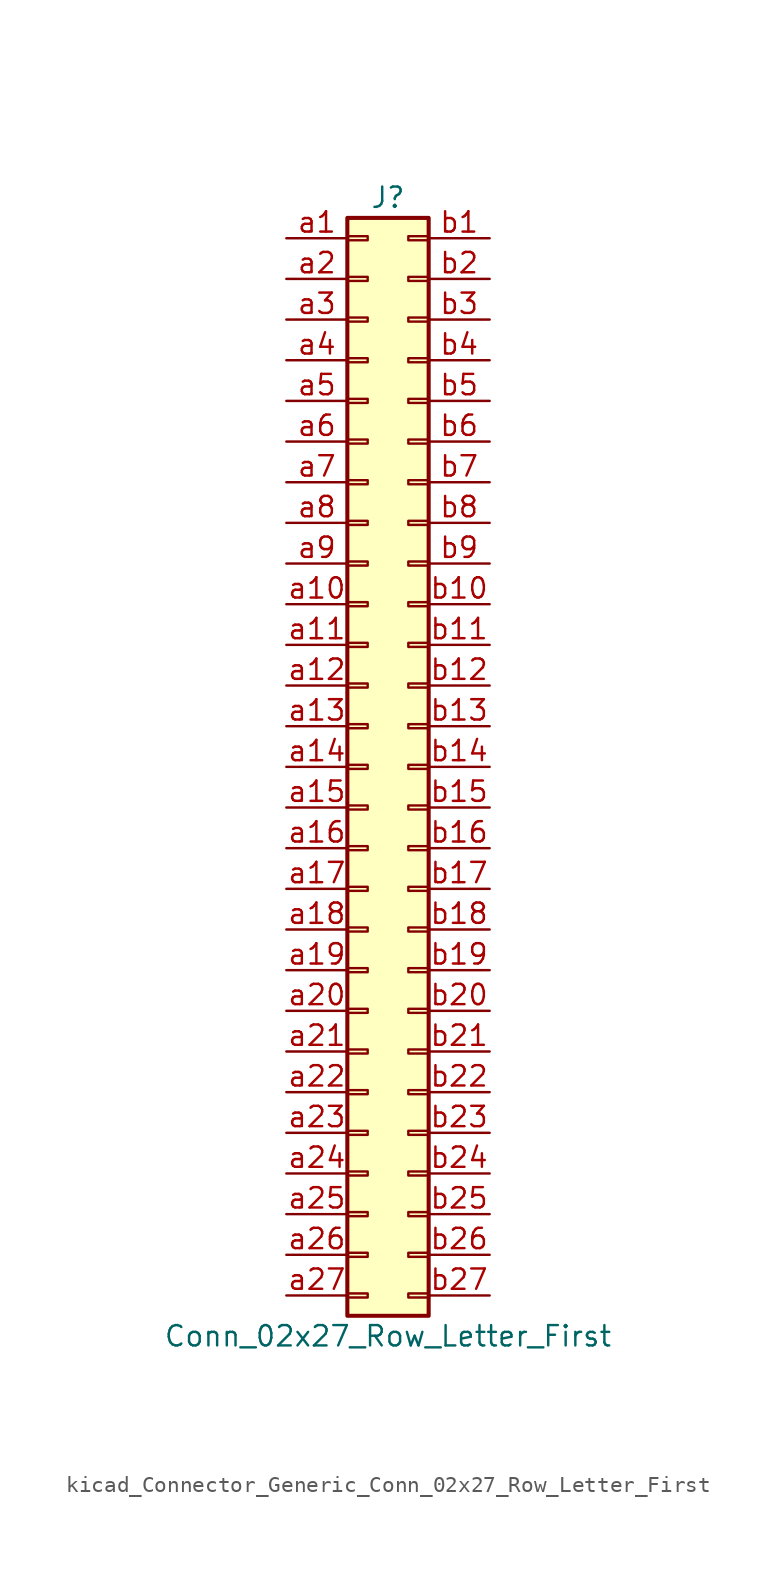
<source format=kicad_sym>
(kicad_symbol_lib
  (version 20220914)
  (generator kicad_symbol_editor)
  (symbol "kicad_Connector_Generic_Conn_02x27_Row_Letter_First"
    (pin_names
      (offset 1.016) hide)
    (property "Reference" "J"
      (at 1.27 35.56 0)
      (effects (font (size 1.27 1.27))))
    (property "Value" "Conn_02x27_Row_Letter_First"
      (at 1.27 -35.56 0)
      (effects (font (size 1.27 1.27))))
    (symbol "kicad_Connector_Generic_Conn_02x27_Row_Letter_First_1_1"
      (rectangle (start -1.27 -32.893) (end 0 -33.147) (stroke (width 0.152) (type default)) (fill (type none)))
      (rectangle (start -1.27 -30.353) (end 0 -30.607) (stroke (width 0.152) (type default)) (fill (type none)))
      (rectangle (start -1.27 -27.813) (end 0 -28.067) (stroke (width 0.152) (type default)) (fill (type none)))
      (rectangle (start -1.27 -25.273) (end 0 -25.527) (stroke (width 0.152) (type default)) (fill (type none)))
      (rectangle (start -1.27 -22.733) (end 0 -22.987) (stroke (width 0.152) (type default)) (fill (type none)))
      (rectangle (start -1.27 -20.193) (end 0 -20.447) (stroke (width 0.152) (type default)) (fill (type none)))
      (rectangle (start -1.27 -17.653) (end 0 -17.907) (stroke (width 0.152) (type default)) (fill (type none)))
      (rectangle (start -1.27 -15.113) (end 0 -15.367) (stroke (width 0.152) (type default)) (fill (type none)))
      (rectangle (start -1.27 -12.573) (end 0 -12.827) (stroke (width 0.152) (type default)) (fill (type none)))
      (rectangle (start -1.27 -10.033) (end 0 -10.287) (stroke (width 0.152) (type default)) (fill (type none)))
      (rectangle (start -1.27 -7.493) (end 0 -7.747) (stroke (width 0.152) (type default)) (fill (type none)))
      (rectangle (start -1.27 -4.953) (end 0 -5.207) (stroke (width 0.152) (type default)) (fill (type none)))
      (rectangle (start -1.27 -2.413) (end 0 -2.667) (stroke (width 0.152) (type default)) (fill (type none)))
      (rectangle (start -1.27 0.127) (end 0 -0.127) (stroke (width 0.152) (type default)) (fill (type none)))
      (rectangle (start -1.27 2.667) (end 0 2.413) (stroke (width 0.152) (type default)) (fill (type none)))
      (rectangle (start -1.27 5.207) (end 0 4.953) (stroke (width 0.152) (type default)) (fill (type none)))
      (rectangle (start -1.27 7.747) (end 0 7.493) (stroke (width 0.152) (type default)) (fill (type none)))
      (rectangle (start -1.27 10.287) (end 0 10.033) (stroke (width 0.152) (type default)) (fill (type none)))
      (rectangle (start -1.27 12.827) (end 0 12.573) (stroke (width 0.152) (type default)) (fill (type none)))
      (rectangle (start -1.27 15.367) (end 0 15.113) (stroke (width 0.152) (type default)) (fill (type none)))
      (rectangle (start -1.27 17.907) (end 0 17.653) (stroke (width 0.152) (type default)) (fill (type none)))
      (rectangle (start -1.27 20.447) (end 0 20.193) (stroke (width 0.152) (type default)) (fill (type none)))
      (rectangle (start -1.27 22.987) (end 0 22.733) (stroke (width 0.152) (type default)) (fill (type none)))
      (rectangle (start -1.27 25.527) (end 0 25.273) (stroke (width 0.152) (type default)) (fill (type none)))
      (rectangle (start -1.27 28.067) (end 0 27.813) (stroke (width 0.152) (type default)) (fill (type none)))
      (rectangle (start -1.27 30.607) (end 0 30.353) (stroke (width 0.152) (type default)) (fill (type none)))
      (rectangle (start -1.27 33.147) (end 0 32.893) (stroke (width 0.152) (type default)) (fill (type none)))
      (rectangle (start -1.27 34.29) (end 3.81 -34.29) (stroke (width 0.254) (type default)) (fill (type background)))
      (rectangle (start 3.81 -32.893) (end 2.54 -33.147) (stroke (width 0.152) (type default)) (fill (type none)))
      (rectangle (start 3.81 -30.353) (end 2.54 -30.607) (stroke (width 0.152) (type default)) (fill (type none)))
      (rectangle (start 3.81 -27.813) (end 2.54 -28.067) (stroke (width 0.152) (type default)) (fill (type none)))
      (rectangle (start 3.81 -25.273) (end 2.54 -25.527) (stroke (width 0.152) (type default)) (fill (type none)))
      (rectangle (start 3.81 -22.733) (end 2.54 -22.987) (stroke (width 0.152) (type default)) (fill (type none)))
      (rectangle (start 3.81 -20.193) (end 2.54 -20.447) (stroke (width 0.152) (type default)) (fill (type none)))
      (rectangle (start 3.81 -17.653) (end 2.54 -17.907) (stroke (width 0.152) (type default)) (fill (type none)))
      (rectangle (start 3.81 -15.113) (end 2.54 -15.367) (stroke (width 0.152) (type default)) (fill (type none)))
      (rectangle (start 3.81 -12.573) (end 2.54 -12.827) (stroke (width 0.152) (type default)) (fill (type none)))
      (rectangle (start 3.81 -10.033) (end 2.54 -10.287) (stroke (width 0.152) (type default)) (fill (type none)))
      (rectangle (start 3.81 -7.493) (end 2.54 -7.747) (stroke (width 0.152) (type default)) (fill (type none)))
      (rectangle (start 3.81 -4.953) (end 2.54 -5.207) (stroke (width 0.152) (type default)) (fill (type none)))
      (rectangle (start 3.81 -2.413) (end 2.54 -2.667) (stroke (width 0.152) (type default)) (fill (type none)))
      (rectangle (start 3.81 0.127) (end 2.54 -0.127) (stroke (width 0.152) (type default)) (fill (type none)))
      (rectangle (start 3.81 2.667) (end 2.54 2.413) (stroke (width 0.152) (type default)) (fill (type none)))
      (rectangle (start 3.81 5.207) (end 2.54 4.953) (stroke (width 0.152) (type default)) (fill (type none)))
      (rectangle (start 3.81 7.747) (end 2.54 7.493) (stroke (width 0.152) (type default)) (fill (type none)))
      (rectangle (start 3.81 10.287) (end 2.54 10.033) (stroke (width 0.152) (type default)) (fill (type none)))
      (rectangle (start 3.81 12.827) (end 2.54 12.573) (stroke (width 0.152) (type default)) (fill (type none)))
      (rectangle (start 3.81 15.367) (end 2.54 15.113) (stroke (width 0.152) (type default)) (fill (type none)))
      (rectangle (start 3.81 17.907) (end 2.54 17.653) (stroke (width 0.152) (type default)) (fill (type none)))
      (rectangle (start 3.81 20.447) (end 2.54 20.193) (stroke (width 0.152) (type default)) (fill (type none)))
      (rectangle (start 3.81 22.987) (end 2.54 22.733) (stroke (width 0.152) (type default)) (fill (type none)))
      (rectangle (start 3.81 25.527) (end 2.54 25.273) (stroke (width 0.152) (type default)) (fill (type none)))
      (rectangle (start 3.81 28.067) (end 2.54 27.813) (stroke (width 0.152) (type default)) (fill (type none)))
      (rectangle (start 3.81 30.607) (end 2.54 30.353) (stroke (width 0.152) (type default)) (fill (type none)))
      (rectangle (start 3.81 33.147) (end 2.54 32.893) (stroke (width 0.152) (type default)) (fill (type none)))
      (pin passive line (at -5.08 33.02 0) (length 3.81) (name "Pin_a1" (effects (font (size 1.27 1.27)))) (number "a1" (effects (font (size 1.27 1.27)))))
      (pin passive line (at -5.08 10.16 0) (length 3.81) (name "Pin_a10" (effects (font (size 1.27 1.27)))) (number "a10" (effects (font (size 1.27 1.27)))))
      (pin passive line (at -5.08 7.62 0) (length 3.81) (name "Pin_a11" (effects (font (size 1.27 1.27)))) (number "a11" (effects (font (size 1.27 1.27)))))
      (pin passive line (at -5.08 5.08 0) (length 3.81) (name "Pin_a12" (effects (font (size 1.27 1.27)))) (number "a12" (effects (font (size 1.27 1.27)))))
      (pin passive line (at -5.08 2.54 0) (length 3.81) (name "Pin_a13" (effects (font (size 1.27 1.27)))) (number "a13" (effects (font (size 1.27 1.27)))))
      (pin passive line (at -5.08 0 0) (length 3.81) (name "Pin_a14" (effects (font (size 1.27 1.27)))) (number "a14" (effects (font (size 1.27 1.27)))))
      (pin passive line (at -5.08 -2.54 0) (length 3.81) (name "Pin_a15" (effects (font (size 1.27 1.27)))) (number "a15" (effects (font (size 1.27 1.27)))))
      (pin passive line (at -5.08 -5.08 0) (length 3.81) (name "Pin_a16" (effects (font (size 1.27 1.27)))) (number "a16" (effects (font (size 1.27 1.27)))))
      (pin passive line (at -5.08 -7.62 0) (length 3.81) (name "Pin_a17" (effects (font (size 1.27 1.27)))) (number "a17" (effects (font (size 1.27 1.27)))))
      (pin passive line (at -5.08 -10.16 0) (length 3.81) (name "Pin_a18" (effects (font (size 1.27 1.27)))) (number "a18" (effects (font (size 1.27 1.27)))))
      (pin passive line (at -5.08 -12.7 0) (length 3.81) (name "Pin_a19" (effects (font (size 1.27 1.27)))) (number "a19" (effects (font (size 1.27 1.27)))))
      (pin passive line (at -5.08 30.48 0) (length 3.81) (name "Pin_a2" (effects (font (size 1.27 1.27)))) (number "a2" (effects (font (size 1.27 1.27)))))
      (pin passive line (at -5.08 -15.24 0) (length 3.81) (name "Pin_a20" (effects (font (size 1.27 1.27)))) (number "a20" (effects (font (size 1.27 1.27)))))
      (pin passive line (at -5.08 -17.78 0) (length 3.81) (name "Pin_a21" (effects (font (size 1.27 1.27)))) (number "a21" (effects (font (size 1.27 1.27)))))
      (pin passive line (at -5.08 -20.32 0) (length 3.81) (name "Pin_a22" (effects (font (size 1.27 1.27)))) (number "a22" (effects (font (size 1.27 1.27)))))
      (pin passive line (at -5.08 -22.86 0) (length 3.81) (name "Pin_a23" (effects (font (size 1.27 1.27)))) (number "a23" (effects (font (size 1.27 1.27)))))
      (pin passive line (at -5.08 -25.4 0) (length 3.81) (name "Pin_a24" (effects (font (size 1.27 1.27)))) (number "a24" (effects (font (size 1.27 1.27)))))
      (pin passive line (at -5.08 -27.94 0) (length 3.81) (name "Pin_a25" (effects (font (size 1.27 1.27)))) (number "a25" (effects (font (size 1.27 1.27)))))
      (pin passive line (at -5.08 -30.48 0) (length 3.81) (name "Pin_a26" (effects (font (size 1.27 1.27)))) (number "a26" (effects (font (size 1.27 1.27)))))
      (pin passive line (at -5.08 -33.02 0) (length 3.81) (name "Pin_a27" (effects (font (size 1.27 1.27)))) (number "a27" (effects (font (size 1.27 1.27)))))
      (pin passive line (at -5.08 27.94 0) (length 3.81) (name "Pin_a3" (effects (font (size 1.27 1.27)))) (number "a3" (effects (font (size 1.27 1.27)))))
      (pin passive line (at -5.08 25.4 0) (length 3.81) (name "Pin_a4" (effects (font (size 1.27 1.27)))) (number "a4" (effects (font (size 1.27 1.27)))))
      (pin passive line (at -5.08 22.86 0) (length 3.81) (name "Pin_a5" (effects (font (size 1.27 1.27)))) (number "a5" (effects (font (size 1.27 1.27)))))
      (pin passive line (at -5.08 20.32 0) (length 3.81) (name "Pin_a6" (effects (font (size 1.27 1.27)))) (number "a6" (effects (font (size 1.27 1.27)))))
      (pin passive line (at -5.08 17.78 0) (length 3.81) (name "Pin_a7" (effects (font (size 1.27 1.27)))) (number "a7" (effects (font (size 1.27 1.27)))))
      (pin passive line (at -5.08 15.24 0) (length 3.81) (name "Pin_a8" (effects (font (size 1.27 1.27)))) (number "a8" (effects (font (size 1.27 1.27)))))
      (pin passive line (at -5.08 12.7 0) (length 3.81) (name "Pin_a9" (effects (font (size 1.27 1.27)))) (number "a9" (effects (font (size 1.27 1.27)))))
      (pin passive line (at 7.62 33.02 180) (length 3.81) (name "Pin_b1" (effects (font (size 1.27 1.27)))) (number "b1" (effects (font (size 1.27 1.27)))))
      (pin passive line (at 7.62 10.16 180) (length 3.81) (name "Pin_b10" (effects (font (size 1.27 1.27)))) (number "b10" (effects (font (size 1.27 1.27)))))
      (pin passive line (at 7.62 7.62 180) (length 3.81) (name "Pin_b11" (effects (font (size 1.27 1.27)))) (number "b11" (effects (font (size 1.27 1.27)))))
      (pin passive line (at 7.62 5.08 180) (length 3.81) (name "Pin_b12" (effects (font (size 1.27 1.27)))) (number "b12" (effects (font (size 1.27 1.27)))))
      (pin passive line (at 7.62 2.54 180) (length 3.81) (name "Pin_b13" (effects (font (size 1.27 1.27)))) (number "b13" (effects (font (size 1.27 1.27)))))
      (pin passive line (at 7.62 0 180) (length 3.81) (name "Pin_b14" (effects (font (size 1.27 1.27)))) (number "b14" (effects (font (size 1.27 1.27)))))
      (pin passive line (at 7.62 -2.54 180) (length 3.81) (name "Pin_b15" (effects (font (size 1.27 1.27)))) (number "b15" (effects (font (size 1.27 1.27)))))
      (pin passive line (at 7.62 -5.08 180) (length 3.81) (name "Pin_b16" (effects (font (size 1.27 1.27)))) (number "b16" (effects (font (size 1.27 1.27)))))
      (pin passive line (at 7.62 -7.62 180) (length 3.81) (name "Pin_b17" (effects (font (size 1.27 1.27)))) (number "b17" (effects (font (size 1.27 1.27)))))
      (pin passive line (at 7.62 -10.16 180) (length 3.81) (name "Pin_b18" (effects (font (size 1.27 1.27)))) (number "b18" (effects (font (size 1.27 1.27)))))
      (pin passive line (at 7.62 -12.7 180) (length 3.81) (name "Pin_b19" (effects (font (size 1.27 1.27)))) (number "b19" (effects (font (size 1.27 1.27)))))
      (pin passive line (at 7.62 30.48 180) (length 3.81) (name "Pin_b2" (effects (font (size 1.27 1.27)))) (number "b2" (effects (font (size 1.27 1.27)))))
      (pin passive line (at 7.62 -15.24 180) (length 3.81) (name "Pin_b20" (effects (font (size 1.27 1.27)))) (number "b20" (effects (font (size 1.27 1.27)))))
      (pin passive line (at 7.62 -17.78 180) (length 3.81) (name "Pin_b21" (effects (font (size 1.27 1.27)))) (number "b21" (effects (font (size 1.27 1.27)))))
      (pin passive line (at 7.62 -20.32 180) (length 3.81) (name "Pin_b22" (effects (font (size 1.27 1.27)))) (number "b22" (effects (font (size 1.27 1.27)))))
      (pin passive line (at 7.62 -22.86 180) (length 3.81) (name "Pin_b23" (effects (font (size 1.27 1.27)))) (number "b23" (effects (font (size 1.27 1.27)))))
      (pin passive line (at 7.62 -25.4 180) (length 3.81) (name "Pin_b24" (effects (font (size 1.27 1.27)))) (number "b24" (effects (font (size 1.27 1.27)))))
      (pin passive line (at 7.62 -27.94 180) (length 3.81) (name "Pin_b25" (effects (font (size 1.27 1.27)))) (number "b25" (effects (font (size 1.27 1.27)))))
      (pin passive line (at 7.62 -30.48 180) (length 3.81) (name "Pin_b26" (effects (font (size 1.27 1.27)))) (number "b26" (effects (font (size 1.27 1.27)))))
      (pin passive line (at 7.62 -33.02 180) (length 3.81) (name "Pin_b27" (effects (font (size 1.27 1.27)))) (number "b27" (effects (font (size 1.27 1.27)))))
      (pin passive line (at 7.62 27.94 180) (length 3.81) (name "Pin_b3" (effects (font (size 1.27 1.27)))) (number "b3" (effects (font (size 1.27 1.27)))))
      (pin passive line (at 7.62 25.4 180) (length 3.81) (name "Pin_b4" (effects (font (size 1.27 1.27)))) (number "b4" (effects (font (size 1.27 1.27)))))
      (pin passive line (at 7.62 22.86 180) (length 3.81) (name "Pin_b5" (effects (font (size 1.27 1.27)))) (number "b5" (effects (font (size 1.27 1.27)))))
      (pin passive line (at 7.62 20.32 180) (length 3.81) (name "Pin_b6" (effects (font (size 1.27 1.27)))) (number "b6" (effects (font (size 1.27 1.27)))))
      (pin passive line (at 7.62 17.78 180) (length 3.81) (name "Pin_b7" (effects (font (size 1.27 1.27)))) (number "b7" (effects (font (size 1.27 1.27)))))
      (pin passive line (at 7.62 15.24 180) (length 3.81) (name "Pin_b8" (effects (font (size 1.27 1.27)))) (number "b8" (effects (font (size 1.27 1.27)))))
      (pin passive line (at 7.62 12.7 180) (length 3.81) (name "Pin_b9" (effects (font (size 1.27 1.27)))) (number "b9" (effects (font (size 1.27 1.27))))))))
</source>
